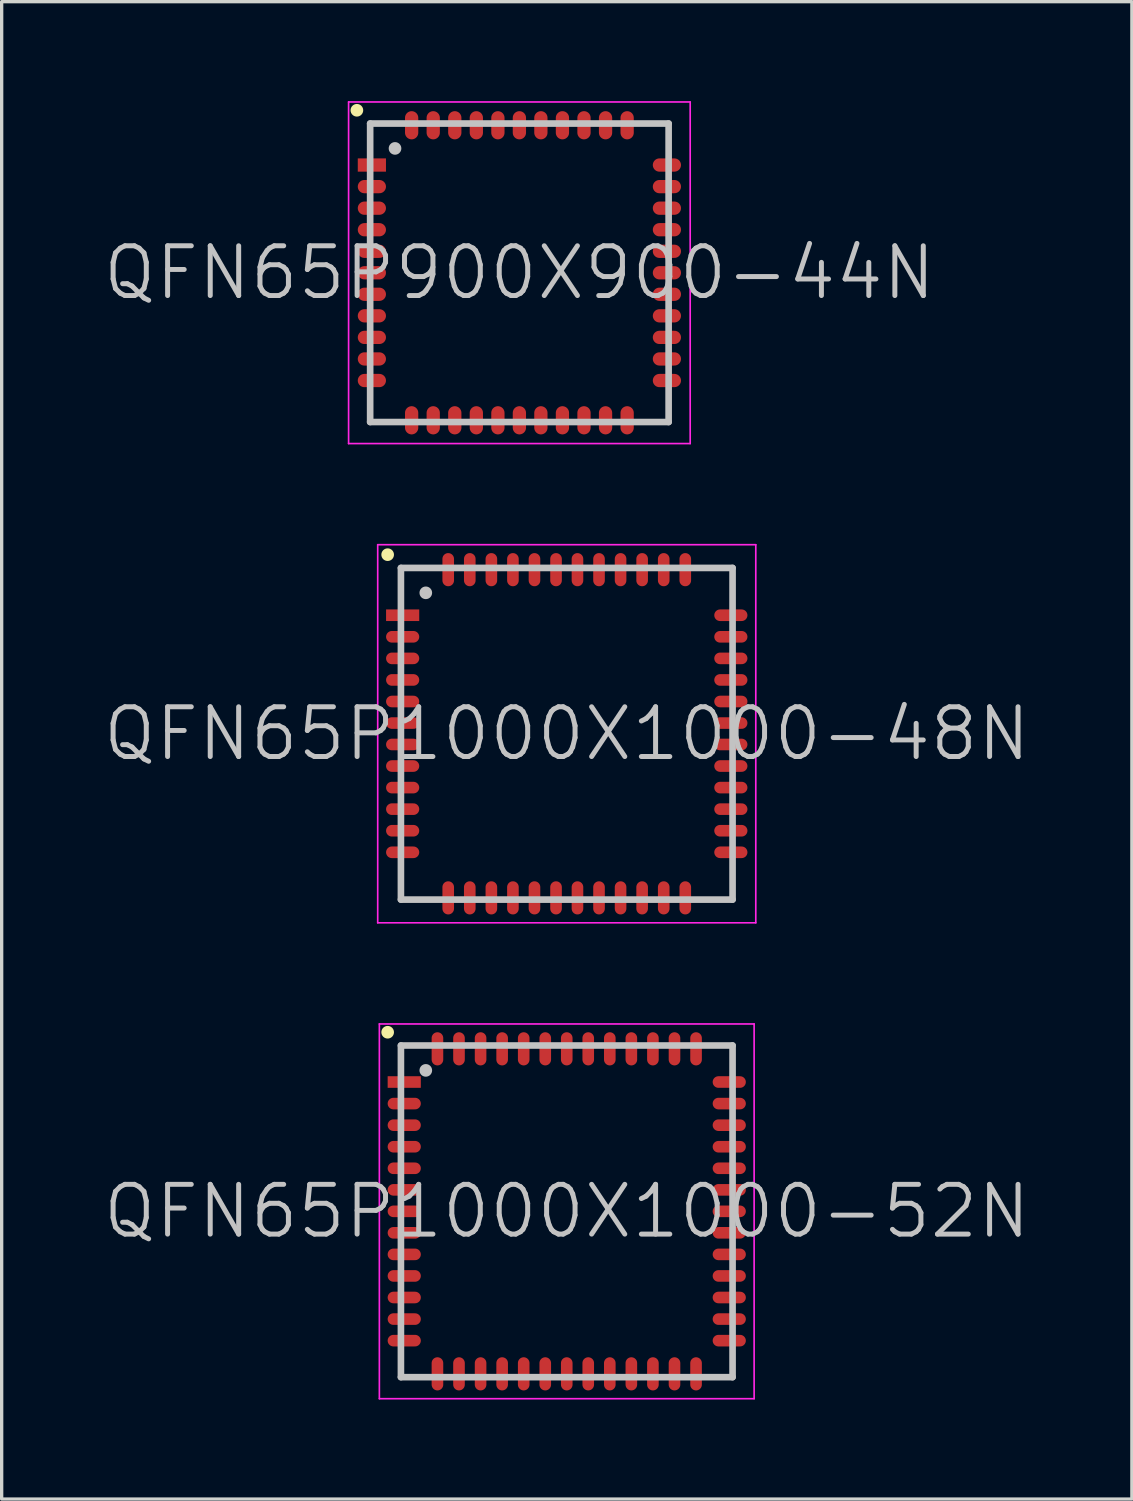
<source format=kicad_pcb>
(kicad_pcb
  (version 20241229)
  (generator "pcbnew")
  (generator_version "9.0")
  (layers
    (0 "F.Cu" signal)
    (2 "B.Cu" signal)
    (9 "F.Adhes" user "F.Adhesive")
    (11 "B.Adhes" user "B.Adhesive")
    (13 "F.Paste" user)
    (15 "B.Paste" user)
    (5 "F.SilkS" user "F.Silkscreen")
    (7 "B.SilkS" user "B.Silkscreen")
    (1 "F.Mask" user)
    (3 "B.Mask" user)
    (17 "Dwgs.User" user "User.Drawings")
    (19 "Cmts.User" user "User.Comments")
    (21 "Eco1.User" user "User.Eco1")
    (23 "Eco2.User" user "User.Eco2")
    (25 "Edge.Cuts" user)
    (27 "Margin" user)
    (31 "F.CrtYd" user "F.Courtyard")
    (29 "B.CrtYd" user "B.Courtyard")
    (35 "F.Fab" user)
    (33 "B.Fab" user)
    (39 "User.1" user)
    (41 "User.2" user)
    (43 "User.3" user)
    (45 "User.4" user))
  (footprint "QFN65P900X900-44N"
    (layer "F.Cu")
    (at 12.611 5.175)
    (property "Reference" "QFN65P900X900-44N" (at 0 0 0) (layer "Dwgs.User") (effects (font (size 1.5 1.5) (thickness 0.15))))
    (attr smd)
    (fp_line (start -4.9 -4.9) (end -4.9 -4.9) (stroke (width 0.381) (type solid)) (layer "F.SilkS"))
    (fp_line (start -4.5 -4.5) (end -4.5 4.5) (stroke (width 0.2) (type solid)) (layer "Dwgs.User"))
    (fp_line (start -4.5 -4.5) (end 4.5 -4.5) (stroke (width 0.2) (type solid)) (layer "Dwgs.User"))
    (fp_line (start -4.5 4.5) (end 4.5 4.5) (stroke (width 0.2) (type solid)) (layer "Dwgs.User"))
    (fp_line (start -3.75 -3.75) (end -3.75 -3.75) (stroke (width 0.381) (type solid)) (layer "Dwgs.User"))
    (fp_line (start 4.5 -4.5) (end 4.5 4.5) (stroke (width 0.2) (type solid)) (layer "Dwgs.User"))
    (fp_line (start -5.15 -5.15) (end -5.15 5.15) (stroke (width 0.05) (type solid)) (layer "F.CrtYd"))
    (fp_line (start -5.15 -5.15) (end 5.15 -5.15) (stroke (width 0.05) (type solid)) (layer "F.CrtYd"))
    (fp_line (start -5.15 5.15) (end 5.15 5.15) (stroke (width 0.05) (type solid)) (layer "F.CrtYd"))
    (fp_line (start 5.15 -5.15) (end 5.15 5.15) (stroke (width 0.05) (type solid)) (layer "F.CrtYd"))
    (pad "1" smd rect (at -4.448 -3.249 90) (size 0.4 0.85) (layers "F.Cu" "F.Mask" "F.Paste"))
    (pad "2" smd oval (at -4.448 -2.598 90) (size 0.4 0.85) (layers "F.Cu" "F.Mask" "F.Paste"))
    (pad "3" smd oval (at -4.448 -1.948 90) (size 0.4 0.85) (layers "F.Cu" "F.Mask" "F.Paste"))
    (pad "4" smd oval (at -4.448 -1.298 90) (size 0.4 0.85) (layers "F.Cu" "F.Mask" "F.Paste"))
    (pad "5" smd oval (at -4.448 -0.648 90) (size 0.4 0.85) (layers "F.Cu" "F.Mask" "F.Paste"))
    (pad "6" smd oval (at -4.448 0 90) (size 0.4 0.85) (layers "F.Cu" "F.Mask" "F.Paste"))
    (pad "7" smd oval (at -4.448 0.648 90) (size 0.4 0.85) (layers "F.Cu" "F.Mask" "F.Paste"))
    (pad "8" smd oval (at -4.448 1.298 90) (size 0.4 0.85) (layers "F.Cu" "F.Mask" "F.Paste"))
    (pad "9" smd oval (at -4.448 1.948 90) (size 0.4 0.85) (layers "F.Cu" "F.Mask" "F.Paste"))
    (pad "10" smd oval (at -4.448 2.598 90) (size 0.4 0.85) (layers "F.Cu" "F.Mask" "F.Paste"))
    (pad "11" smd oval (at -4.448 3.249 90) (size 0.4 0.85) (layers "F.Cu" "F.Mask" "F.Paste"))
    (pad "12" smd oval (at -3.249 4.448 180) (size 0.4 0.85) (layers "F.Cu" "F.Mask" "F.Paste"))
    (pad "13" smd oval (at -2.598 4.448 180) (size 0.4 0.85) (layers "F.Cu" "F.Mask" "F.Paste"))
    (pad "14" smd oval (at -1.948 4.448 180) (size 0.4 0.85) (layers "F.Cu" "F.Mask" "F.Paste"))
    (pad "15" smd oval (at -1.298 4.448 180) (size 0.4 0.85) (layers "F.Cu" "F.Mask" "F.Paste"))
    (pad "16" smd oval (at -0.648 4.448 180) (size 0.4 0.85) (layers "F.Cu" "F.Mask" "F.Paste"))
    (pad "17" smd oval (at 0 4.448 180) (size 0.4 0.85) (layers "F.Cu" "F.Mask" "F.Paste"))
    (pad "18" smd oval (at 0.648 4.448 180) (size 0.4 0.85) (layers "F.Cu" "F.Mask" "F.Paste"))
    (pad "19" smd oval (at 1.298 4.448 180) (size 0.4 0.85) (layers "F.Cu" "F.Mask" "F.Paste"))
    (pad "20" smd oval (at 1.948 4.448 180) (size 0.4 0.85) (layers "F.Cu" "F.Mask" "F.Paste"))
    (pad "21" smd oval (at 2.598 4.448 180) (size 0.4 0.85) (layers "F.Cu" "F.Mask" "F.Paste"))
    (pad "22" smd oval (at 3.249 4.448 180) (size 0.4 0.85) (layers "F.Cu" "F.Mask" "F.Paste"))
    (pad "23" smd oval (at 4.448 3.249 270) (size 0.4 0.85) (layers "F.Cu" "F.Mask" "F.Paste"))
    (pad "24" smd oval (at 4.448 2.598 270) (size 0.4 0.85) (layers "F.Cu" "F.Mask" "F.Paste"))
    (pad "25" smd oval (at 4.448 1.948 270) (size 0.4 0.85) (layers "F.Cu" "F.Mask" "F.Paste"))
    (pad "26" smd oval (at 4.448 1.298 270) (size 0.4 0.85) (layers "F.Cu" "F.Mask" "F.Paste"))
    (pad "27" smd oval (at 4.448 0.648 270) (size 0.4 0.85) (layers "F.Cu" "F.Mask" "F.Paste"))
    (pad "28" smd oval (at 4.448 0 270) (size 0.4 0.85) (layers "F.Cu" "F.Mask" "F.Paste"))
    (pad "29" smd oval (at 4.448 -0.648 270) (size 0.4 0.85) (layers "F.Cu" "F.Mask" "F.Paste"))
    (pad "30" smd oval (at 4.448 -1.298 270) (size 0.4 0.85) (layers "F.Cu" "F.Mask" "F.Paste"))
    (pad "31" smd oval (at 4.448 -1.948 270) (size 0.4 0.85) (layers "F.Cu" "F.Mask" "F.Paste"))
    (pad "32" smd oval (at 4.448 -2.598 270) (size 0.4 0.85) (layers "F.Cu" "F.Mask" "F.Paste"))
    (pad "33" smd oval (at 4.448 -3.249 270) (size 0.4 0.85) (layers "F.Cu" "F.Mask" "F.Paste"))
    (pad "34" smd oval (at 3.249 -4.448) (size 0.4 0.85) (layers "F.Cu" "F.Mask" "F.Paste"))
    (pad "35" smd oval (at 2.598 -4.448) (size 0.4 0.85) (layers "F.Cu" "F.Mask" "F.Paste"))
    (pad "36" smd oval (at 1.948 -4.448) (size 0.4 0.85) (layers "F.Cu" "F.Mask" "F.Paste"))
    (pad "37" smd oval (at 1.298 -4.448) (size 0.4 0.85) (layers "F.Cu" "F.Mask" "F.Paste"))
    (pad "38" smd oval (at 0.648 -4.448) (size 0.4 0.85) (layers "F.Cu" "F.Mask" "F.Paste"))
    (pad "39" smd oval (at 0 -4.448) (size 0.4 0.85) (layers "F.Cu" "F.Mask" "F.Paste"))
    (pad "40" smd oval (at -0.648 -4.448) (size 0.4 0.85) (layers "F.Cu" "F.Mask" "F.Paste"))
    (pad "41" smd oval (at -1.298 -4.448) (size 0.4 0.85) (layers "F.Cu" "F.Mask" "F.Paste"))
    (pad "42" smd oval (at -1.948 -4.448) (size 0.4 0.85) (layers "F.Cu" "F.Mask" "F.Paste"))
    (pad "43" smd oval (at -2.598 -4.448) (size 0.4 0.85) (layers "F.Cu" "F.Mask" "F.Paste"))
    (pad "44" smd oval (at -3.249 -4.448) (size 0.4 0.85) (layers "F.Cu" "F.Mask" "F.Paste")))
  (footprint "QFN65P1000X1000-48N"
    (layer "F.Cu")
    (at 14.039 19.075)
    (property "Reference" "QFN65P1000X1000-48N" (at 0 0 0) (layer "Dwgs.User") (effects (font (size 1.5 1.5) (thickness 0.15))))
    (attr smd)
    (fp_line (start -5.4 -5.4) (end -5.4 -5.4) (stroke (width 0.381) (type solid)) (layer "F.SilkS"))
    (fp_line (start -5 -5) (end -5 5) (stroke (width 0.2) (type solid)) (layer "Dwgs.User"))
    (fp_line (start -5 -5) (end 5 -5) (stroke (width 0.2) (type solid)) (layer "Dwgs.User"))
    (fp_line (start -5 5) (end 5 5) (stroke (width 0.2) (type solid)) (layer "Dwgs.User"))
    (fp_line (start -4.25 -4.25) (end -4.25 -4.25) (stroke (width 0.381) (type solid)) (layer "Dwgs.User"))
    (fp_line (start 5 -5) (end 5 5) (stroke (width 0.2) (type solid)) (layer "Dwgs.User"))
    (fp_line (start -5.7 -5.7) (end -5.7 5.7) (stroke (width 0.05) (type solid)) (layer "F.CrtYd"))
    (fp_line (start -5.7 -5.7) (end 5.7 -5.7) (stroke (width 0.05) (type solid)) (layer "F.CrtYd"))
    (fp_line (start -5.7 5.7) (end 5.7 5.7) (stroke (width 0.05) (type solid)) (layer "F.CrtYd"))
    (fp_line (start 5.7 -5.7) (end 5.7 5.7) (stroke (width 0.05) (type solid)) (layer "F.CrtYd"))
    (pad "1" smd rect (at -4.948 -3.574 90) (size 0.35 1) (layers "F.Cu" "F.Mask" "F.Paste"))
    (pad "2" smd oval (at -4.948 -2.924 90) (size 0.35 1) (layers "F.Cu" "F.Mask" "F.Paste"))
    (pad "3" smd oval (at -4.948 -2.273 90) (size 0.35 1) (layers "F.Cu" "F.Mask" "F.Paste"))
    (pad "4" smd oval (at -4.948 -1.623 90) (size 0.35 1) (layers "F.Cu" "F.Mask" "F.Paste"))
    (pad "5" smd oval (at -4.948 -0.973 90) (size 0.35 1) (layers "F.Cu" "F.Mask" "F.Paste"))
    (pad "6" smd oval (at -4.948 -0.323 90) (size 0.35 1) (layers "F.Cu" "F.Mask" "F.Paste"))
    (pad "7" smd oval (at -4.948 0.323 90) (size 0.35 1) (layers "F.Cu" "F.Mask" "F.Paste"))
    (pad "8" smd oval (at -4.948 0.973 90) (size 0.35 1) (layers "F.Cu" "F.Mask" "F.Paste"))
    (pad "9" smd oval (at -4.948 1.623 90) (size 0.35 1) (layers "F.Cu" "F.Mask" "F.Paste"))
    (pad "10" smd oval (at -4.948 2.273 90) (size 0.35 1) (layers "F.Cu" "F.Mask" "F.Paste"))
    (pad "11" smd oval (at -4.948 2.924 90) (size 0.35 1) (layers "F.Cu" "F.Mask" "F.Paste"))
    (pad "12" smd oval (at -4.948 3.574 90) (size 0.35 1) (layers "F.Cu" "F.Mask" "F.Paste"))
    (pad "13" smd oval (at -3.574 4.948 180) (size 0.35 1) (layers "F.Cu" "F.Mask" "F.Paste"))
    (pad "14" smd oval (at -2.924 4.948 180) (size 0.35 1) (layers "F.Cu" "F.Mask" "F.Paste"))
    (pad "15" smd oval (at -2.273 4.948 180) (size 0.35 1) (layers "F.Cu" "F.Mask" "F.Paste"))
    (pad "16" smd oval (at -1.623 4.948 180) (size 0.35 1) (layers "F.Cu" "F.Mask" "F.Paste"))
    (pad "17" smd oval (at -0.973 4.948 180) (size 0.35 1) (layers "F.Cu" "F.Mask" "F.Paste"))
    (pad "18" smd oval (at -0.323 4.948 180) (size 0.35 1) (layers "F.Cu" "F.Mask" "F.Paste"))
    (pad "19" smd oval (at 0.323 4.948 180) (size 0.35 1) (layers "F.Cu" "F.Mask" "F.Paste"))
    (pad "20" smd oval (at 0.973 4.948 180) (size 0.35 1) (layers "F.Cu" "F.Mask" "F.Paste"))
    (pad "21" smd oval (at 1.623 4.948 180) (size 0.35 1) (layers "F.Cu" "F.Mask" "F.Paste"))
    (pad "22" smd oval (at 2.273 4.948 180) (size 0.35 1) (layers "F.Cu" "F.Mask" "F.Paste"))
    (pad "23" smd oval (at 2.924 4.948 180) (size 0.35 1) (layers "F.Cu" "F.Mask" "F.Paste"))
    (pad "24" smd oval (at 3.574 4.948 180) (size 0.35 1) (layers "F.Cu" "F.Mask" "F.Paste"))
    (pad "25" smd oval (at 4.948 3.574 270) (size 0.35 1) (layers "F.Cu" "F.Mask" "F.Paste"))
    (pad "26" smd oval (at 4.948 2.924 270) (size 0.35 1) (layers "F.Cu" "F.Mask" "F.Paste"))
    (pad "27" smd oval (at 4.948 2.273 270) (size 0.35 1) (layers "F.Cu" "F.Mask" "F.Paste"))
    (pad "28" smd oval (at 4.948 1.623 270) (size 0.35 1) (layers "F.Cu" "F.Mask" "F.Paste"))
    (pad "29" smd oval (at 4.948 0.973 270) (size 0.35 1) (layers "F.Cu" "F.Mask" "F.Paste"))
    (pad "30" smd oval (at 4.948 0.323 270) (size 0.35 1) (layers "F.Cu" "F.Mask" "F.Paste"))
    (pad "31" smd oval (at 4.948 -0.323 270) (size 0.35 1) (layers "F.Cu" "F.Mask" "F.Paste"))
    (pad "32" smd oval (at 4.948 -0.973 270) (size 0.35 1) (layers "F.Cu" "F.Mask" "F.Paste"))
    (pad "33" smd oval (at 4.948 -1.623 270) (size 0.35 1) (layers "F.Cu" "F.Mask" "F.Paste"))
    (pad "34" smd oval (at 4.948 -2.273 270) (size 0.35 1) (layers "F.Cu" "F.Mask" "F.Paste"))
    (pad "35" smd oval (at 4.948 -2.924 270) (size 0.35 1) (layers "F.Cu" "F.Mask" "F.Paste"))
    (pad "36" smd oval (at 4.948 -3.574 270) (size 0.35 1) (layers "F.Cu" "F.Mask" "F.Paste"))
    (pad "37" smd oval (at 3.574 -4.948) (size 0.35 1) (layers "F.Cu" "F.Mask" "F.Paste"))
    (pad "38" smd oval (at 2.924 -4.948) (size 0.35 1) (layers "F.Cu" "F.Mask" "F.Paste"))
    (pad "39" smd oval (at 2.273 -4.948) (size 0.35 1) (layers "F.Cu" "F.Mask" "F.Paste"))
    (pad "40" smd oval (at 1.623 -4.948) (size 0.35 1) (layers "F.Cu" "F.Mask" "F.Paste"))
    (pad "41" smd oval (at 0.973 -4.948) (size 0.35 1) (layers "F.Cu" "F.Mask" "F.Paste"))
    (pad "42" smd oval (at 0.323 -4.948) (size 0.35 1) (layers "F.Cu" "F.Mask" "F.Paste"))
    (pad "43" smd oval (at -0.323 -4.948) (size 0.35 1) (layers "F.Cu" "F.Mask" "F.Paste"))
    (pad "44" smd oval (at -0.973 -4.948) (size 0.35 1) (layers "F.Cu" "F.Mask" "F.Paste"))
    (pad "45" smd oval (at -1.623 -4.948) (size 0.35 1) (layers "F.Cu" "F.Mask" "F.Paste"))
    (pad "46" smd oval (at -2.273 -4.948) (size 0.35 1) (layers "F.Cu" "F.Mask" "F.Paste"))
    (pad "47" smd oval (at -2.924 -4.948) (size 0.35 1) (layers "F.Cu" "F.Mask" "F.Paste"))
    (pad "48" smd oval (at -3.574 -4.948) (size 0.35 1) (layers "F.Cu" "F.Mask" "F.Paste")))
  (footprint "QFN65P1000X1000-52N"
    (layer "F.Cu")
    (at 14.039 33.475)
    (property "Reference" "QFN65P1000X1000-52N" (at 0 0 0) (layer "Dwgs.User") (effects (font (size 1.5 1.5) (thickness 0.15))))
    (attr smd)
    (fp_line (start -5.4 -5.4) (end -5.4 -5.4) (stroke (width 0.381) (type solid)) (layer "F.SilkS"))
    (fp_line (start -5 -5) (end -5 5) (stroke (width 0.2) (type solid)) (layer "Dwgs.User"))
    (fp_line (start -5 -5) (end 5 -5) (stroke (width 0.2) (type solid)) (layer "Dwgs.User"))
    (fp_line (start -5 5) (end 5 5) (stroke (width 0.2) (type solid)) (layer "Dwgs.User"))
    (fp_line (start -4.25 -4.25) (end -4.25 -4.25) (stroke (width 0.381) (type solid)) (layer "Dwgs.User"))
    (fp_line (start 5 -5) (end 5 5) (stroke (width 0.2) (type solid)) (layer "Dwgs.User"))
    (fp_line (start -5.65 -5.65) (end -5.65 5.65) (stroke (width 0.05) (type solid)) (layer "F.CrtYd"))
    (fp_line (start -5.65 -5.65) (end 5.65 -5.65) (stroke (width 0.05) (type solid)) (layer "F.CrtYd"))
    (fp_line (start -5.65 5.65) (end 5.65 5.65) (stroke (width 0.05) (type solid)) (layer "F.CrtYd"))
    (fp_line (start 5.65 -5.65) (end 5.65 5.65) (stroke (width 0.05) (type solid)) (layer "F.CrtYd"))
    (pad "1" smd rect (at -4.9 -3.899 90) (size 0.35 1) (layers "F.Cu" "F.Mask" "F.Paste"))
    (pad "2" smd oval (at -4.9 -3.249 90) (size 0.35 1) (layers "F.Cu" "F.Mask" "F.Paste"))
    (pad "3" smd oval (at -4.9 -2.598 90) (size 0.35 1) (layers "F.Cu" "F.Mask" "F.Paste"))
    (pad "4" smd oval (at -4.9 -1.948 90) (size 0.35 1) (layers "F.Cu" "F.Mask" "F.Paste"))
    (pad "5" smd oval (at -4.9 -1.298 90) (size 0.35 1) (layers "F.Cu" "F.Mask" "F.Paste"))
    (pad "6" smd oval (at -4.9 -0.648 90) (size 0.35 1) (layers "F.Cu" "F.Mask" "F.Paste"))
    (pad "7" smd oval (at -4.9 0 90) (size 0.35 1) (layers "F.Cu" "F.Mask" "F.Paste"))
    (pad "8" smd oval (at -4.9 0.648 90) (size 0.35 1) (layers "F.Cu" "F.Mask" "F.Paste"))
    (pad "9" smd oval (at -4.9 1.298 90) (size 0.35 1) (layers "F.Cu" "F.Mask" "F.Paste"))
    (pad "10" smd oval (at -4.9 1.948 90) (size 0.35 1) (layers "F.Cu" "F.Mask" "F.Paste"))
    (pad "11" smd oval (at -4.9 2.598 90) (size 0.35 1) (layers "F.Cu" "F.Mask" "F.Paste"))
    (pad "12" smd oval (at -4.9 3.249 90) (size 0.35 1) (layers "F.Cu" "F.Mask" "F.Paste"))
    (pad "13" smd oval (at -4.9 3.899 90) (size 0.35 1) (layers "F.Cu" "F.Mask" "F.Paste"))
    (pad "14" smd oval (at -3.899 4.9 180) (size 0.35 1) (layers "F.Cu" "F.Mask" "F.Paste"))
    (pad "15" smd oval (at -3.249 4.9 180) (size 0.35 1) (layers "F.Cu" "F.Mask" "F.Paste"))
    (pad "16" smd oval (at -2.598 4.9 180) (size 0.35 1) (layers "F.Cu" "F.Mask" "F.Paste"))
    (pad "17" smd oval (at -1.948 4.9 180) (size 0.35 1) (layers "F.Cu" "F.Mask" "F.Paste"))
    (pad "18" smd oval (at -1.298 4.9 180) (size 0.35 1) (layers "F.Cu" "F.Mask" "F.Paste"))
    (pad "19" smd oval (at -0.648 4.9 180) (size 0.35 1) (layers "F.Cu" "F.Mask" "F.Paste"))
    (pad "20" smd oval (at 0 4.9 180) (size 0.35 1) (layers "F.Cu" "F.Mask" "F.Paste"))
    (pad "21" smd oval (at 0.648 4.9 180) (size 0.35 1) (layers "F.Cu" "F.Mask" "F.Paste"))
    (pad "22" smd oval (at 1.298 4.9 180) (size 0.35 1) (layers "F.Cu" "F.Mask" "F.Paste"))
    (pad "23" smd oval (at 1.948 4.9 180) (size 0.35 1) (layers "F.Cu" "F.Mask" "F.Paste"))
    (pad "24" smd oval (at 2.598 4.9 180) (size 0.35 1) (layers "F.Cu" "F.Mask" "F.Paste"))
    (pad "25" smd oval (at 3.249 4.9 180) (size 0.35 1) (layers "F.Cu" "F.Mask" "F.Paste"))
    (pad "26" smd oval (at 3.899 4.9 180) (size 0.35 1) (layers "F.Cu" "F.Mask" "F.Paste"))
    (pad "27" smd oval (at 4.9 3.899 270) (size 0.35 1) (layers "F.Cu" "F.Mask" "F.Paste"))
    (pad "28" smd oval (at 4.9 3.249 270) (size 0.35 1) (layers "F.Cu" "F.Mask" "F.Paste"))
    (pad "29" smd oval (at 4.9 2.598 270) (size 0.35 1) (layers "F.Cu" "F.Mask" "F.Paste"))
    (pad "30" smd oval (at 4.9 1.948 270) (size 0.35 1) (layers "F.Cu" "F.Mask" "F.Paste"))
    (pad "31" smd oval (at 4.9 1.298 270) (size 0.35 1) (layers "F.Cu" "F.Mask" "F.Paste"))
    (pad "32" smd oval (at 4.9 0.648 270) (size 0.35 1) (layers "F.Cu" "F.Mask" "F.Paste"))
    (pad "33" smd oval (at 4.9 0 270) (size 0.35 1) (layers "F.Cu" "F.Mask" "F.Paste"))
    (pad "34" smd oval (at 4.9 -0.648 270) (size 0.35 1) (layers "F.Cu" "F.Mask" "F.Paste"))
    (pad "35" smd oval (at 4.9 -1.298 270) (size 0.35 1) (layers "F.Cu" "F.Mask" "F.Paste"))
    (pad "36" smd oval (at 4.9 -1.948 270) (size 0.35 1) (layers "F.Cu" "F.Mask" "F.Paste"))
    (pad "37" smd oval (at 4.9 -2.598 270) (size 0.35 1) (layers "F.Cu" "F.Mask" "F.Paste"))
    (pad "38" smd oval (at 4.9 -3.249 270) (size 0.35 1) (layers "F.Cu" "F.Mask" "F.Paste"))
    (pad "39" smd oval (at 4.9 -3.899 270) (size 0.35 1) (layers "F.Cu" "F.Mask" "F.Paste"))
    (pad "40" smd oval (at 3.899 -4.9) (size 0.35 1) (layers "F.Cu" "F.Mask" "F.Paste"))
    (pad "41" smd oval (at 3.249 -4.9) (size 0.35 1) (layers "F.Cu" "F.Mask" "F.Paste"))
    (pad "42" smd oval (at 2.598 -4.9) (size 0.35 1) (layers "F.Cu" "F.Mask" "F.Paste"))
    (pad "43" smd oval (at 1.948 -4.9) (size 0.35 1) (layers "F.Cu" "F.Mask" "F.Paste"))
    (pad "44" smd oval (at 1.298 -4.9) (size 0.35 1) (layers "F.Cu" "F.Mask" "F.Paste"))
    (pad "45" smd oval (at 0.648 -4.9) (size 0.35 1) (layers "F.Cu" "F.Mask" "F.Paste"))
    (pad "46" smd oval (at 0 -4.9) (size 0.35 1) (layers "F.Cu" "F.Mask" "F.Paste"))
    (pad "47" smd oval (at -0.648 -4.9) (size 0.35 1) (layers "F.Cu" "F.Mask" "F.Paste"))
    (pad "48" smd oval (at -1.298 -4.9) (size 0.35 1) (layers "F.Cu" "F.Mask" "F.Paste"))
    (pad "49" smd oval (at -1.948 -4.9) (size 0.35 1) (layers "F.Cu" "F.Mask" "F.Paste"))
    (pad "50" smd oval (at -2.598 -4.9) (size 0.35 1) (layers "F.Cu" "F.Mask" "F.Paste"))
    (pad "51" smd oval (at -3.249 -4.9) (size 0.35 1) (layers "F.Cu" "F.Mask" "F.Paste"))
    (pad "52" smd oval (at -3.899 -4.9) (size 0.35 1) (layers "F.Cu" "F.Mask" "F.Paste")))
  (gr_rect
    (start -3 -3)
    (end 31.079 42.15)
    (stroke (width 0.1) (type default))
    (fill no)
    (layer "Edge.Cuts")))
</source>
